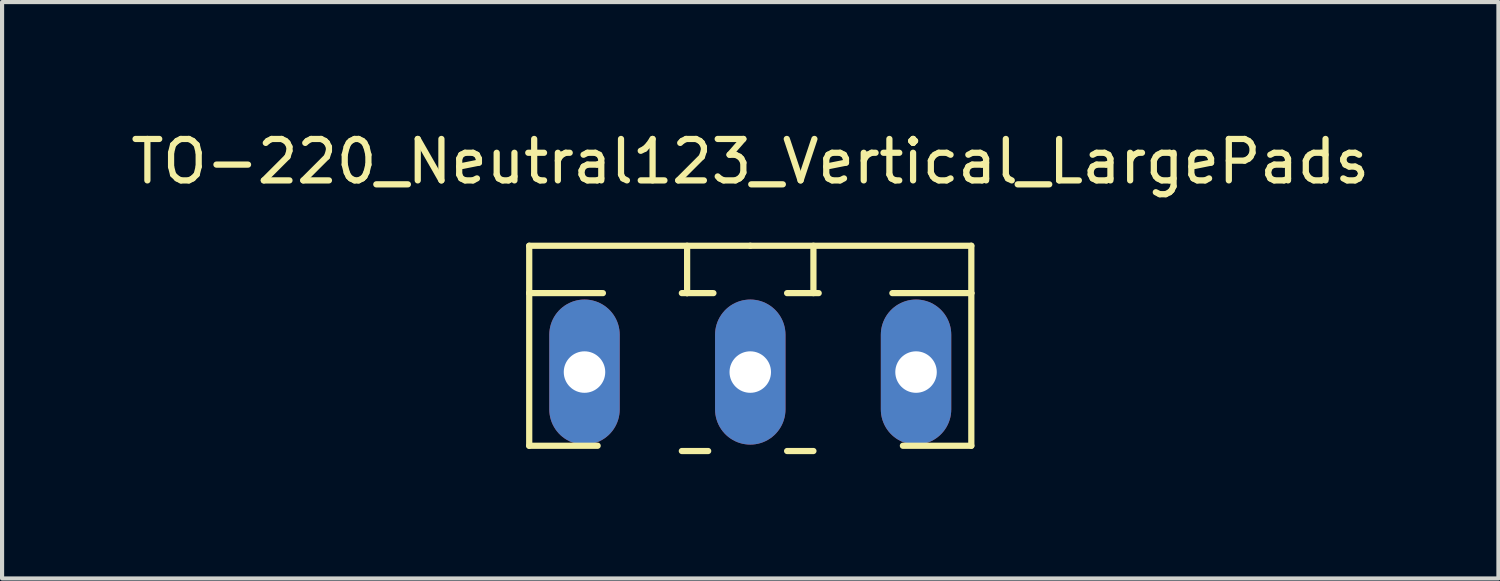
<source format=kicad_pcb>
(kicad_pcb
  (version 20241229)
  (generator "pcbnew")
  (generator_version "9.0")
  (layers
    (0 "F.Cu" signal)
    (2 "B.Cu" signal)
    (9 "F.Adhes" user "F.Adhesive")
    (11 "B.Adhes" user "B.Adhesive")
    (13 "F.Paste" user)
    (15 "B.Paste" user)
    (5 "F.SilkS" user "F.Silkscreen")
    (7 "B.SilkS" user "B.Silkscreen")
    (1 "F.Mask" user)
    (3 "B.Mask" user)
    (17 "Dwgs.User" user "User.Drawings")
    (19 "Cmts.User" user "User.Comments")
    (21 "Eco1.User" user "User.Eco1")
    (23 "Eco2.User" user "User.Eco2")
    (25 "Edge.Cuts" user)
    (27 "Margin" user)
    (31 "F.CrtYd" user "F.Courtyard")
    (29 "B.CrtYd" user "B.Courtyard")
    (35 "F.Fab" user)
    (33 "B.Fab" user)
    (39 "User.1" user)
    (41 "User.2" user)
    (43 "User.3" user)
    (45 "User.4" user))
  (footprint "TO-220_Neutral123_Vertical_LargePads"
    (layer "F.Cu")
    (at 15.054 5.928)
    (property "Reference" "TO-220_Neutral123_Vertical_LargePads" (at 0 -5.08 0) (layer "F.SilkS") (effects (font (size 1 1) (thickness 0.15))))
    (attr through_hole)
    (fp_line (start -5.334 -1.905) (end -5.334 -3.048) (stroke (width 0.15) (type solid)) (layer "F.SilkS"))
    (fp_line (start -5.334 -1.905) (end -3.556 -1.905) (stroke (width 0.15) (type solid)) (layer "F.SilkS"))
    (fp_line (start -5.334 1.778) (end -5.334 -1.905) (stroke (width 0.15) (type solid)) (layer "F.SilkS"))
    (fp_line (start -5.334 1.778) (end -3.683 1.778) (stroke (width 0.15) (type solid)) (layer "F.SilkS"))
    (fp_line (start -1.524 -3.048) (end -1.524 -1.905) (stroke (width 0.15) (type solid)) (layer "F.SilkS"))
    (fp_line (start -1.524 -1.905) (end -1.651 -1.905) (stroke (width 0.15) (type solid)) (layer "F.SilkS"))
    (fp_line (start -1.524 -1.905) (end -0.889 -1.905) (stroke (width 0.15) (type solid)) (layer "F.SilkS"))
    (fp_line (start -1.016 1.905) (end -1.651 1.905) (stroke (width 0.15) (type solid)) (layer "F.SilkS"))
    (fp_line (start 0 -3.048) (end -5.334 -3.048) (stroke (width 0.15) (type solid)) (layer "F.SilkS"))
    (fp_line (start 0 -3.048) (end 5.334 -3.048) (stroke (width 0.15) (type solid)) (layer "F.SilkS"))
    (fp_line (start 0.889 -1.905) (end 1.651 -1.905) (stroke (width 0.15) (type solid)) (layer "F.SilkS"))
    (fp_line (start 1.524 -3.048) (end 1.524 -1.905) (stroke (width 0.15) (type solid)) (layer "F.SilkS"))
    (fp_line (start 1.524 1.905) (end 0.889 1.905) (stroke (width 0.15) (type solid)) (layer "F.SilkS"))
    (fp_line (start 5.334 -3.048) (end 5.334 -1.905) (stroke (width 0.15) (type solid)) (layer "F.SilkS"))
    (fp_line (start 5.334 -1.905) (end 3.429 -1.905) (stroke (width 0.15) (type solid)) (layer "F.SilkS"))
    (fp_line (start 5.334 -1.905) (end 5.334 1.778) (stroke (width 0.15) (type solid)) (layer "F.SilkS"))
    (fp_line (start 5.334 1.778) (end 3.683 1.778) (stroke (width 0.15) (type solid)) (layer "F.SilkS"))
    (pad "1" thru_hole oval (at -4 0 90) (size 3.5 1.699) (drill 1.001) (layers "*.Cu" "*.Mask"))
    (pad "2" thru_hole oval (at 0 0 90) (size 3.5 1.699) (drill 1.001) (layers "*.Cu" "*.Mask"))
    (pad "3" thru_hole oval (at 4 0 90) (size 3.5 1.699) (drill 1.001) (layers "*.Cu" "*.Mask")))
  (gr_rect
    (start -3 -3)
    (end 33.107 10.908)
    (stroke (width 0.1) (type default))
    (fill no)
    (layer "Edge.Cuts")))
</source>
